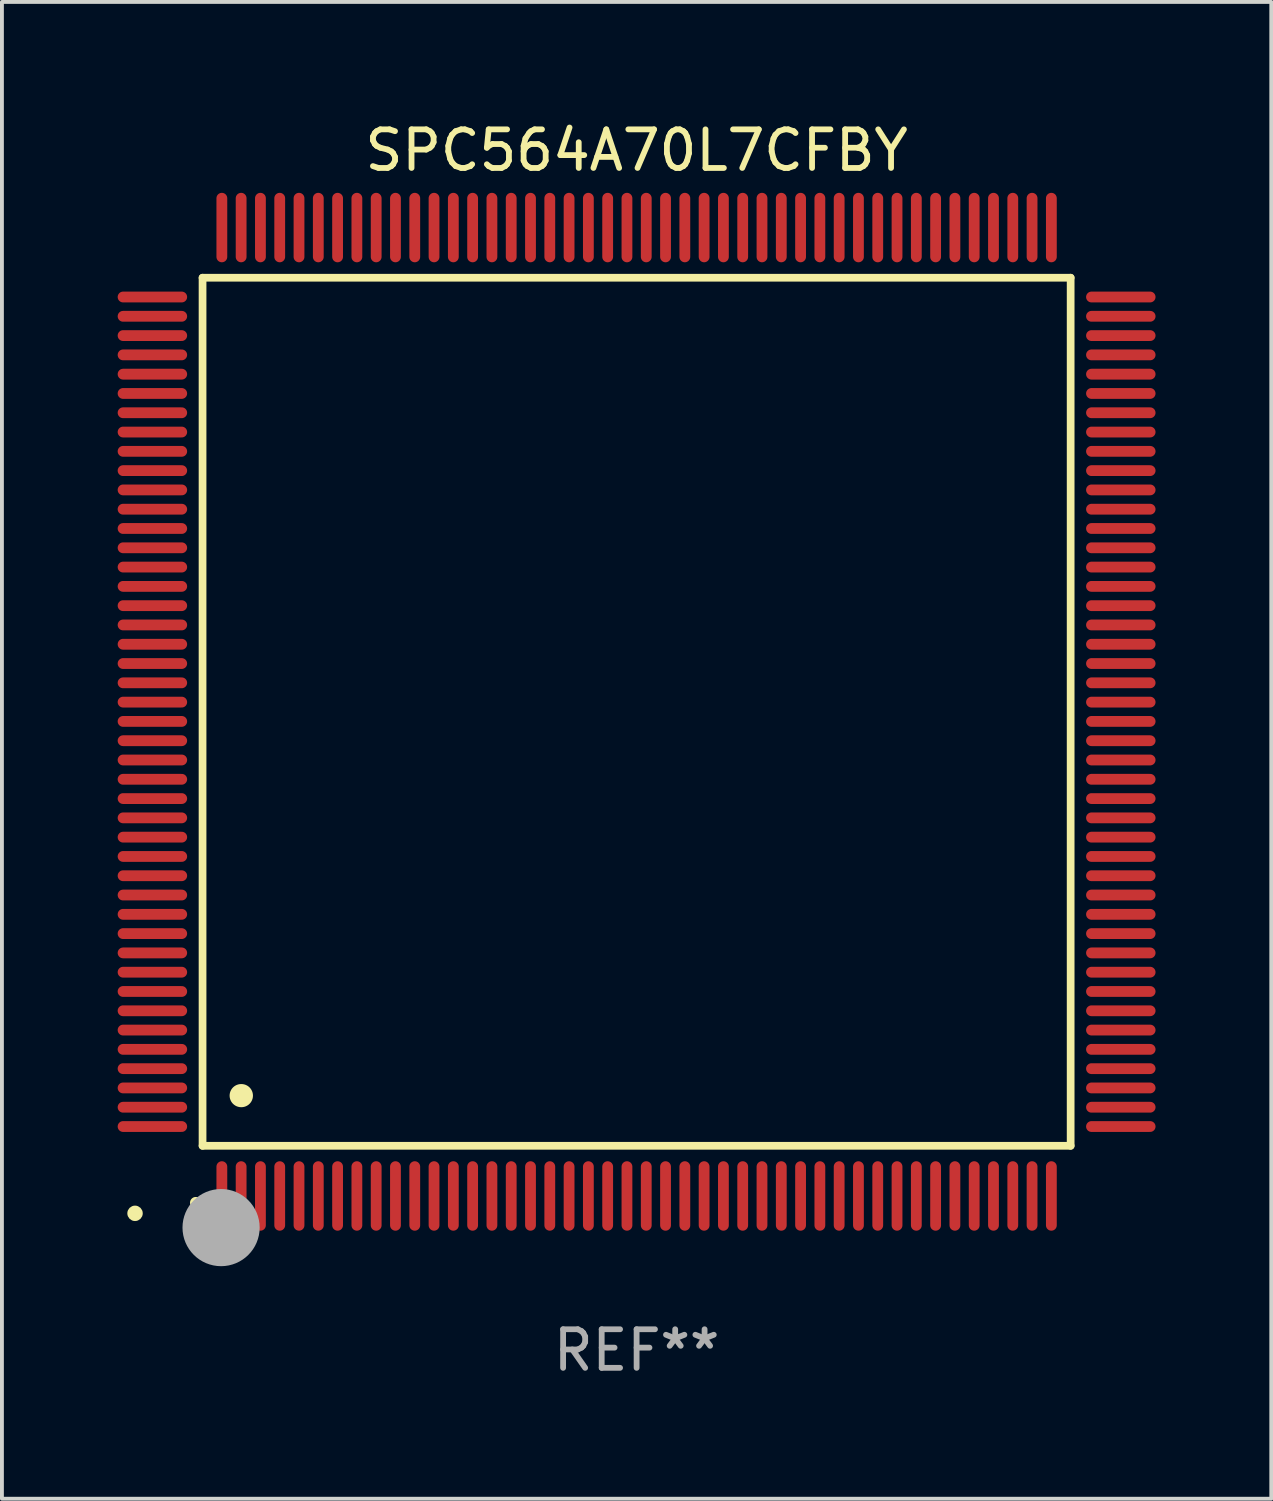
<source format=kicad_pcb>
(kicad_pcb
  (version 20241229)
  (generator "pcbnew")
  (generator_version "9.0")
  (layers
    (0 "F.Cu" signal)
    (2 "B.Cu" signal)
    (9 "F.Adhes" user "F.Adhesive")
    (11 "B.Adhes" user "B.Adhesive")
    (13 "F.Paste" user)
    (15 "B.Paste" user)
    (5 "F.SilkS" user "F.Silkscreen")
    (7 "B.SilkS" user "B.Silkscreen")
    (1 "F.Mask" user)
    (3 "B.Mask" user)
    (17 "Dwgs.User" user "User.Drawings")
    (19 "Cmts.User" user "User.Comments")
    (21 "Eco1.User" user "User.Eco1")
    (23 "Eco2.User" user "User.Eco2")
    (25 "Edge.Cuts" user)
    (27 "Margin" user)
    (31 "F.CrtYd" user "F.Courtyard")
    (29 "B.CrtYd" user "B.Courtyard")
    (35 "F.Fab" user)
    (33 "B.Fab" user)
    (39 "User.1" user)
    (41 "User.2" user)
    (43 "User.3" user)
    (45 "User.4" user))
  (footprint "SPC564A70L7CFBY"
    (layer "F.Cu")
    (at 13.45 15.398)
    (property "Reference" "SPC564A70L7CFBY" (at 0 -14.55 0) (layer "F.SilkS") (effects (font (size 1 1) (thickness 0.15))))
    (attr through_hole)
    (fp_line (start -11.25 -11.25) (end 11.25 -11.25) (stroke (width 0.2) (type solid)) (layer "F.SilkS"))
    (fp_line (start -11.25 11.25) (end -11.25 -11.25) (stroke (width 0.2) (type solid)) (layer "F.SilkS"))
    (fp_line (start 11.25 -11.25) (end 11.25 11.25) (stroke (width 0.2) (type solid)) (layer "F.SilkS"))
    (fp_line (start 11.25 11.25) (end -11.25 11.25) (stroke (width 0.2) (type solid)) (layer "F.SilkS"))
    (fp_arc (start -11.424943 12.725425) (mid -11.423673 12.72542) (end -11.422403 12.725425) (stroke (width 0.3) (type solid)) (layer "F.SilkS"))
    (fp_arc (start -10.24892 9.9492) (mid -10.24638 9.949189) (end -10.24384 9.9492) (stroke (width 0.6) (type solid)) (layer "F.SilkS"))
    (fp_circle (center -13 13) (end -12.9 13) (stroke (width 0.2) (type solid)) (fill no) (layer "F.SilkS"))
    (fp_circle (center -10.77 13.37) (end -10.27 13.37) (stroke (width 1) (type solid)) (fill no) (layer "F.Fab"))
    (fp_text user "REF**" (at 0 16.55 0) (layer "F.Fab") (effects (font (size 1 1) (thickness 0.15))))
    (pad "1" smd oval (at -10.75 12.55) (size 0.28 1.8) (layers "F.Cu" "F.Mask" "F.Paste"))
    (pad "2" smd oval (at -10.25 12.55) (size 0.28 1.8) (layers "F.Cu" "F.Mask" "F.Paste"))
    (pad "3" smd oval (at -9.75 12.55) (size 0.28 1.8) (layers "F.Cu" "F.Mask" "F.Paste"))
    (pad "4" smd oval (at -9.25 12.55) (size 0.28 1.8) (layers "F.Cu" "F.Mask" "F.Paste"))
    (pad "5" smd oval (at -8.75 12.55) (size 0.28 1.8) (layers "F.Cu" "F.Mask" "F.Paste"))
    (pad "6" smd oval (at -8.25 12.55) (size 0.28 1.8) (layers "F.Cu" "F.Mask" "F.Paste"))
    (pad "7" smd oval (at -7.75 12.55) (size 0.28 1.8) (layers "F.Cu" "F.Mask" "F.Paste"))
    (pad "8" smd oval (at -7.25 12.55) (size 0.28 1.8) (layers "F.Cu" "F.Mask" "F.Paste"))
    (pad "9" smd oval (at -6.75 12.55) (size 0.28 1.8) (layers "F.Cu" "F.Mask" "F.Paste"))
    (pad "10" smd oval (at -6.25 12.55) (size 0.28 1.8) (layers "F.Cu" "F.Mask" "F.Paste"))
    (pad "11" smd oval (at -5.75 12.55) (size 0.28 1.8) (layers "F.Cu" "F.Mask" "F.Paste"))
    (pad "12" smd oval (at -5.25 12.55) (size 0.28 1.8) (layers "F.Cu" "F.Mask" "F.Paste"))
    (pad "13" smd oval (at -4.75 12.55) (size 0.28 1.8) (layers "F.Cu" "F.Mask" "F.Paste"))
    (pad "14" smd oval (at -4.25 12.55) (size 0.28 1.8) (layers "F.Cu" "F.Mask" "F.Paste"))
    (pad "15" smd oval (at -3.75 12.55) (size 0.28 1.8) (layers "F.Cu" "F.Mask" "F.Paste"))
    (pad "16" smd oval (at -3.25 12.55) (size 0.28 1.8) (layers "F.Cu" "F.Mask" "F.Paste"))
    (pad "17" smd oval (at -2.75 12.55) (size 0.28 1.8) (layers "F.Cu" "F.Mask" "F.Paste"))
    (pad "18" smd oval (at -2.25 12.55) (size 0.28 1.8) (layers "F.Cu" "F.Mask" "F.Paste"))
    (pad "19" smd oval (at -1.75 12.55) (size 0.28 1.8) (layers "F.Cu" "F.Mask" "F.Paste"))
    (pad "20" smd oval (at -1.25 12.55) (size 0.28 1.8) (layers "F.Cu" "F.Mask" "F.Paste"))
    (pad "21" smd oval (at -0.75 12.55) (size 0.28 1.8) (layers "F.Cu" "F.Mask" "F.Paste"))
    (pad "22" smd oval (at -0.25 12.55) (size 0.28 1.8) (layers "F.Cu" "F.Mask" "F.Paste"))
    (pad "23" smd oval (at 0.25 12.55) (size 0.28 1.8) (layers "F.Cu" "F.Mask" "F.Paste"))
    (pad "24" smd oval (at 0.75 12.55) (size 0.28 1.8) (layers "F.Cu" "F.Mask" "F.Paste"))
    (pad "25" smd oval (at 1.25 12.55) (size 0.28 1.8) (layers "F.Cu" "F.Mask" "F.Paste"))
    (pad "26" smd oval (at 1.75 12.55) (size 0.28 1.8) (layers "F.Cu" "F.Mask" "F.Paste"))
    (pad "27" smd oval (at 2.25 12.55) (size 0.28 1.8) (layers "F.Cu" "F.Mask" "F.Paste"))
    (pad "28" smd oval (at 2.75 12.55) (size 0.28 1.8) (layers "F.Cu" "F.Mask" "F.Paste"))
    (pad "29" smd oval (at 3.25 12.55) (size 0.28 1.8) (layers "F.Cu" "F.Mask" "F.Paste"))
    (pad "30" smd oval (at 3.75 12.55) (size 0.28 1.8) (layers "F.Cu" "F.Mask" "F.Paste"))
    (pad "31" smd oval (at 4.25 12.55) (size 0.28 1.8) (layers "F.Cu" "F.Mask" "F.Paste"))
    (pad "32" smd oval (at 4.75 12.55) (size 0.28 1.8) (layers "F.Cu" "F.Mask" "F.Paste"))
    (pad "33" smd oval (at 5.25 12.55) (size 0.28 1.8) (layers "F.Cu" "F.Mask" "F.Paste"))
    (pad "34" smd oval (at 5.75 12.55) (size 0.28 1.8) (layers "F.Cu" "F.Mask" "F.Paste"))
    (pad "35" smd oval (at 6.25 12.55) (size 0.28 1.8) (layers "F.Cu" "F.Mask" "F.Paste"))
    (pad "36" smd oval (at 6.75 12.55) (size 0.28 1.8) (layers "F.Cu" "F.Mask" "F.Paste"))
    (pad "37" smd oval (at 7.25 12.55) (size 0.28 1.8) (layers "F.Cu" "F.Mask" "F.Paste"))
    (pad "38" smd oval (at 7.75 12.55) (size 0.28 1.8) (layers "F.Cu" "F.Mask" "F.Paste"))
    (pad "39" smd oval (at 8.25 12.55) (size 0.28 1.8) (layers "F.Cu" "F.Mask" "F.Paste"))
    (pad "40" smd oval (at 8.75 12.55) (size 0.28 1.8) (layers "F.Cu" "F.Mask" "F.Paste"))
    (pad "41" smd oval (at 9.25 12.55) (size 0.28 1.8) (layers "F.Cu" "F.Mask" "F.Paste"))
    (pad "42" smd oval (at 9.75 12.55) (size 0.28 1.8) (layers "F.Cu" "F.Mask" "F.Paste"))
    (pad "43" smd oval (at 10.25 12.55) (size 0.28 1.8) (layers "F.Cu" "F.Mask" "F.Paste"))
    (pad "44" smd oval (at 10.75 12.55) (size 0.28 1.8) (layers "F.Cu" "F.Mask" "F.Paste"))
    (pad "45" smd oval (at 12.55 10.75) (size 1.8 0.28) (layers "F.Cu" "F.Mask" "F.Paste"))
    (pad "46" smd oval (at 12.55 10.25) (size 1.8 0.28) (layers "F.Cu" "F.Mask" "F.Paste"))
    (pad "47" smd oval (at 12.55 9.75) (size 1.8 0.28) (layers "F.Cu" "F.Mask" "F.Paste"))
    (pad "48" smd oval (at 12.55 9.25) (size 1.8 0.28) (layers "F.Cu" "F.Mask" "F.Paste"))
    (pad "49" smd oval (at 12.55 8.75) (size 1.8 0.28) (layers "F.Cu" "F.Mask" "F.Paste"))
    (pad "50" smd oval (at 12.55 8.25) (size 1.8 0.28) (layers "F.Cu" "F.Mask" "F.Paste"))
    (pad "51" smd oval (at 12.55 7.75) (size 1.8 0.28) (layers "F.Cu" "F.Mask" "F.Paste"))
    (pad "52" smd oval (at 12.55 7.25) (size 1.8 0.28) (layers "F.Cu" "F.Mask" "F.Paste"))
    (pad "53" smd oval (at 12.55 6.75) (size 1.8 0.28) (layers "F.Cu" "F.Mask" "F.Paste"))
    (pad "54" smd oval (at 12.55 6.25) (size 1.8 0.28) (layers "F.Cu" "F.Mask" "F.Paste"))
    (pad "55" smd oval (at 12.55 5.75) (size 1.8 0.28) (layers "F.Cu" "F.Mask" "F.Paste"))
    (pad "56" smd oval (at 12.55 5.25) (size 1.8 0.28) (layers "F.Cu" "F.Mask" "F.Paste"))
    (pad "57" smd oval (at 12.55 4.75) (size 1.8 0.28) (layers "F.Cu" "F.Mask" "F.Paste"))
    (pad "58" smd oval (at 12.55 4.25) (size 1.8 0.28) (layers "F.Cu" "F.Mask" "F.Paste"))
    (pad "59" smd oval (at 12.55 3.75) (size 1.8 0.28) (layers "F.Cu" "F.Mask" "F.Paste"))
    (pad "60" smd oval (at 12.55 3.25) (size 1.8 0.28) (layers "F.Cu" "F.Mask" "F.Paste"))
    (pad "61" smd oval (at 12.55 2.75) (size 1.8 0.28) (layers "F.Cu" "F.Mask" "F.Paste"))
    (pad "62" smd oval (at 12.55 2.25) (size 1.8 0.28) (layers "F.Cu" "F.Mask" "F.Paste"))
    (pad "63" smd oval (at 12.55 1.75) (size 1.8 0.28) (layers "F.Cu" "F.Mask" "F.Paste"))
    (pad "64" smd oval (at 12.55 1.25) (size 1.8 0.28) (layers "F.Cu" "F.Mask" "F.Paste"))
    (pad "65" smd oval (at 12.55 0.75) (size 1.8 0.28) (layers "F.Cu" "F.Mask" "F.Paste"))
    (pad "66" smd oval (at 12.55 0.25) (size 1.8 0.28) (layers "F.Cu" "F.Mask" "F.Paste"))
    (pad "67" smd oval (at 12.55 -0.25) (size 1.8 0.28) (layers "F.Cu" "F.Mask" "F.Paste"))
    (pad "68" smd oval (at 12.55 -0.75) (size 1.8 0.28) (layers "F.Cu" "F.Mask" "F.Paste"))
    (pad "69" smd oval (at 12.55 -1.25) (size 1.8 0.28) (layers "F.Cu" "F.Mask" "F.Paste"))
    (pad "70" smd oval (at 12.55 -1.75) (size 1.8 0.28) (layers "F.Cu" "F.Mask" "F.Paste"))
    (pad "71" smd oval (at 12.55 -2.25) (size 1.8 0.28) (layers "F.Cu" "F.Mask" "F.Paste"))
    (pad "72" smd oval (at 12.55 -2.75) (size 1.8 0.28) (layers "F.Cu" "F.Mask" "F.Paste"))
    (pad "73" smd oval (at 12.55 -3.25) (size 1.8 0.28) (layers "F.Cu" "F.Mask" "F.Paste"))
    (pad "74" smd oval (at 12.55 -3.75) (size 1.8 0.28) (layers "F.Cu" "F.Mask" "F.Paste"))
    (pad "75" smd oval (at 12.55 -4.25) (size 1.8 0.28) (layers "F.Cu" "F.Mask" "F.Paste"))
    (pad "76" smd oval (at 12.55 -4.75) (size 1.8 0.28) (layers "F.Cu" "F.Mask" "F.Paste"))
    (pad "77" smd oval (at 12.55 -5.25) (size 1.8 0.28) (layers "F.Cu" "F.Mask" "F.Paste"))
    (pad "78" smd oval (at 12.55 -5.75) (size 1.8 0.28) (layers "F.Cu" "F.Mask" "F.Paste"))
    (pad "79" smd oval (at 12.55 -6.25) (size 1.8 0.28) (layers "F.Cu" "F.Mask" "F.Paste"))
    (pad "80" smd oval (at 12.55 -6.75) (size 1.8 0.28) (layers "F.Cu" "F.Mask" "F.Paste"))
    (pad "81" smd oval (at 12.55 -7.25) (size 1.8 0.28) (layers "F.Cu" "F.Mask" "F.Paste"))
    (pad "82" smd oval (at 12.55 -7.75) (size 1.8 0.28) (layers "F.Cu" "F.Mask" "F.Paste"))
    (pad "83" smd oval (at 12.55 -8.25) (size 1.8 0.28) (layers "F.Cu" "F.Mask" "F.Paste"))
    (pad "84" smd oval (at 12.55 -8.75) (size 1.8 0.28) (layers "F.Cu" "F.Mask" "F.Paste"))
    (pad "85" smd oval (at 12.55 -9.25) (size 1.8 0.28) (layers "F.Cu" "F.Mask" "F.Paste"))
    (pad "86" smd oval (at 12.55 -9.75) (size 1.8 0.28) (layers "F.Cu" "F.Mask" "F.Paste"))
    (pad "87" smd oval (at 12.55 -10.25) (size 1.8 0.28) (layers "F.Cu" "F.Mask" "F.Paste"))
    (pad "88" smd oval (at 12.55 -10.75) (size 1.8 0.28) (layers "F.Cu" "F.Mask" "F.Paste"))
    (pad "89" smd oval (at 10.75 -12.55) (size 0.28 1.8) (layers "F.Cu" "F.Mask" "F.Paste"))
    (pad "90" smd oval (at 10.25 -12.55) (size 0.28 1.8) (layers "F.Cu" "F.Mask" "F.Paste"))
    (pad "91" smd oval (at 9.75 -12.55) (size 0.28 1.8) (layers "F.Cu" "F.Mask" "F.Paste"))
    (pad "92" smd oval (at 9.25 -12.55) (size 0.28 1.8) (layers "F.Cu" "F.Mask" "F.Paste"))
    (pad "93" smd oval (at 8.75 -12.55) (size 0.28 1.8) (layers "F.Cu" "F.Mask" "F.Paste"))
    (pad "94" smd oval (at 8.25 -12.55) (size 0.28 1.8) (layers "F.Cu" "F.Mask" "F.Paste"))
    (pad "95" smd oval (at 7.75 -12.55) (size 0.28 1.8) (layers "F.Cu" "F.Mask" "F.Paste"))
    (pad "96" smd oval (at 7.25 -12.55) (size 0.28 1.8) (layers "F.Cu" "F.Mask" "F.Paste"))
    (pad "97" smd oval (at 6.75 -12.55) (size 0.28 1.8) (layers "F.Cu" "F.Mask" "F.Paste"))
    (pad "98" smd oval (at 6.25 -12.55) (size 0.28 1.8) (layers "F.Cu" "F.Mask" "F.Paste"))
    (pad "99" smd oval (at 5.75 -12.55) (size 0.28 1.8) (layers "F.Cu" "F.Mask" "F.Paste"))
    (pad "100" smd oval (at 5.25 -12.55) (size 0.28 1.8) (layers "F.Cu" "F.Mask" "F.Paste"))
    (pad "101" smd oval (at 4.75 -12.55) (size 0.28 1.8) (layers "F.Cu" "F.Mask" "F.Paste"))
    (pad "102" smd oval (at 4.25 -12.55) (size 0.28 1.8) (layers "F.Cu" "F.Mask" "F.Paste"))
    (pad "103" smd oval (at 3.75 -12.55) (size 0.28 1.8) (layers "F.Cu" "F.Mask" "F.Paste"))
    (pad "104" smd oval (at 3.25 -12.55) (size 0.28 1.8) (layers "F.Cu" "F.Mask" "F.Paste"))
    (pad "105" smd oval (at 2.75 -12.55) (size 0.28 1.8) (layers "F.Cu" "F.Mask" "F.Paste"))
    (pad "106" smd oval (at 2.25 -12.55) (size 0.28 1.8) (layers "F.Cu" "F.Mask" "F.Paste"))
    (pad "107" smd oval (at 1.75 -12.55) (size 0.28 1.8) (layers "F.Cu" "F.Mask" "F.Paste"))
    (pad "108" smd oval (at 1.25 -12.55) (size 0.28 1.8) (layers "F.Cu" "F.Mask" "F.Paste"))
    (pad "109" smd oval (at 0.75 -12.55) (size 0.28 1.8) (layers "F.Cu" "F.Mask" "F.Paste"))
    (pad "110" smd oval (at 0.25 -12.55) (size 0.28 1.8) (layers "F.Cu" "F.Mask" "F.Paste"))
    (pad "111" smd oval (at -0.25 -12.55) (size 0.28 1.8) (layers "F.Cu" "F.Mask" "F.Paste"))
    (pad "112" smd oval (at -0.75 -12.55) (size 0.28 1.8) (layers "F.Cu" "F.Mask" "F.Paste"))
    (pad "113" smd oval (at -1.25 -12.55) (size 0.28 1.8) (layers "F.Cu" "F.Mask" "F.Paste"))
    (pad "114" smd oval (at -1.75 -12.55) (size 0.28 1.8) (layers "F.Cu" "F.Mask" "F.Paste"))
    (pad "115" smd oval (at -2.25 -12.55) (size 0.28 1.8) (layers "F.Cu" "F.Mask" "F.Paste"))
    (pad "116" smd oval (at -2.75 -12.55) (size 0.28 1.8) (layers "F.Cu" "F.Mask" "F.Paste"))
    (pad "117" smd oval (at -3.25 -12.55) (size 0.28 1.8) (layers "F.Cu" "F.Mask" "F.Paste"))
    (pad "118" smd oval (at -3.75 -12.55) (size 0.28 1.8) (layers "F.Cu" "F.Mask" "F.Paste"))
    (pad "119" smd oval (at -4.25 -12.55) (size 0.28 1.8) (layers "F.Cu" "F.Mask" "F.Paste"))
    (pad "120" smd oval (at -4.75 -12.55) (size 0.28 1.8) (layers "F.Cu" "F.Mask" "F.Paste"))
    (pad "121" smd oval (at -5.25 -12.55) (size 0.28 1.8) (layers "F.Cu" "F.Mask" "F.Paste"))
    (pad "122" smd oval (at -5.75 -12.55) (size 0.28 1.8) (layers "F.Cu" "F.Mask" "F.Paste"))
    (pad "123" smd oval (at -6.25 -12.55) (size 0.28 1.8) (layers "F.Cu" "F.Mask" "F.Paste"))
    (pad "124" smd oval (at -6.75 -12.55) (size 0.28 1.8) (layers "F.Cu" "F.Mask" "F.Paste"))
    (pad "125" smd oval (at -7.25 -12.55) (size 0.28 1.8) (layers "F.Cu" "F.Mask" "F.Paste"))
    (pad "126" smd oval (at -7.75 -12.55) (size 0.28 1.8) (layers "F.Cu" "F.Mask" "F.Paste"))
    (pad "127" smd oval (at -8.25 -12.55) (size 0.28 1.8) (layers "F.Cu" "F.Mask" "F.Paste"))
    (pad "128" smd oval (at -8.75 -12.55) (size 0.28 1.8) (layers "F.Cu" "F.Mask" "F.Paste"))
    (pad "129" smd oval (at -9.25 -12.55) (size 0.28 1.8) (layers "F.Cu" "F.Mask" "F.Paste"))
    (pad "130" smd oval (at -9.75 -12.55) (size 0.28 1.8) (layers "F.Cu" "F.Mask" "F.Paste"))
    (pad "131" smd oval (at -10.25 -12.55) (size 0.28 1.8) (layers "F.Cu" "F.Mask" "F.Paste"))
    (pad "132" smd oval (at -10.75 -12.55) (size 0.28 1.8) (layers "F.Cu" "F.Mask" "F.Paste"))
    (pad "133" smd oval (at -12.55 -10.75) (size 1.8 0.28) (layers "F.Cu" "F.Mask" "F.Paste"))
    (pad "134" smd oval (at -12.55 -10.25) (size 1.8 0.28) (layers "F.Cu" "F.Mask" "F.Paste"))
    (pad "135" smd oval (at -12.55 -9.75) (size 1.8 0.28) (layers "F.Cu" "F.Mask" "F.Paste"))
    (pad "136" smd oval (at -12.55 -9.25) (size 1.8 0.28) (layers "F.Cu" "F.Mask" "F.Paste"))
    (pad "137" smd oval (at -12.55 -8.75) (size 1.8 0.28) (layers "F.Cu" "F.Mask" "F.Paste"))
    (pad "138" smd oval (at -12.55 -8.25) (size 1.8 0.28) (layers "F.Cu" "F.Mask" "F.Paste"))
    (pad "139" smd oval (at -12.55 -7.75) (size 1.8 0.28) (layers "F.Cu" "F.Mask" "F.Paste"))
    (pad "140" smd oval (at -12.55 -7.25) (size 1.8 0.28) (layers "F.Cu" "F.Mask" "F.Paste"))
    (pad "141" smd oval (at -12.55 -6.75) (size 1.8 0.28) (layers "F.Cu" "F.Mask" "F.Paste"))
    (pad "142" smd oval (at -12.55 -6.25) (size 1.8 0.28) (layers "F.Cu" "F.Mask" "F.Paste"))
    (pad "143" smd oval (at -12.55 -5.75) (size 1.8 0.28) (layers "F.Cu" "F.Mask" "F.Paste"))
    (pad "144" smd oval (at -12.55 -5.25) (size 1.8 0.28) (layers "F.Cu" "F.Mask" "F.Paste"))
    (pad "145" smd oval (at -12.55 -4.75) (size 1.8 0.28) (layers "F.Cu" "F.Mask" "F.Paste"))
    (pad "146" smd oval (at -12.55 -4.25) (size 1.8 0.28) (layers "F.Cu" "F.Mask" "F.Paste"))
    (pad "147" smd oval (at -12.55 -3.75) (size 1.8 0.28) (layers "F.Cu" "F.Mask" "F.Paste"))
    (pad "148" smd oval (at -12.55 -3.25) (size 1.8 0.28) (layers "F.Cu" "F.Mask" "F.Paste"))
    (pad "149" smd oval (at -12.55 -2.75) (size 1.8 0.28) (layers "F.Cu" "F.Mask" "F.Paste"))
    (pad "150" smd oval (at -12.55 -2.25) (size 1.8 0.28) (layers "F.Cu" "F.Mask" "F.Paste"))
    (pad "151" smd oval (at -12.55 -1.75) (size 1.8 0.28) (layers "F.Cu" "F.Mask" "F.Paste"))
    (pad "152" smd oval (at -12.55 -1.25) (size 1.8 0.28) (layers "F.Cu" "F.Mask" "F.Paste"))
    (pad "153" smd oval (at -12.55 -0.75) (size 1.8 0.28) (layers "F.Cu" "F.Mask" "F.Paste"))
    (pad "154" smd oval (at -12.55 -0.25) (size 1.8 0.28) (layers "F.Cu" "F.Mask" "F.Paste"))
    (pad "155" smd oval (at -12.55 0.25) (size 1.8 0.28) (layers "F.Cu" "F.Mask" "F.Paste"))
    (pad "156" smd oval (at -12.55 0.75) (size 1.8 0.28) (layers "F.Cu" "F.Mask" "F.Paste"))
    (pad "157" smd oval (at -12.55 1.25) (size 1.8 0.28) (layers "F.Cu" "F.Mask" "F.Paste"))
    (pad "158" smd oval (at -12.55 1.75) (size 1.8 0.28) (layers "F.Cu" "F.Mask" "F.Paste"))
    (pad "159" smd oval (at -12.55 2.25) (size 1.8 0.28) (layers "F.Cu" "F.Mask" "F.Paste"))
    (pad "160" smd oval (at -12.55 2.75) (size 1.8 0.28) (layers "F.Cu" "F.Mask" "F.Paste"))
    (pad "161" smd oval (at -12.55 3.25) (size 1.8 0.28) (layers "F.Cu" "F.Mask" "F.Paste"))
    (pad "162" smd oval (at -12.55 3.75) (size 1.8 0.28) (layers "F.Cu" "F.Mask" "F.Paste"))
    (pad "163" smd oval (at -12.55 4.25) (size 1.8 0.28) (layers "F.Cu" "F.Mask" "F.Paste"))
    (pad "164" smd oval (at -12.55 4.75) (size 1.8 0.28) (layers "F.Cu" "F.Mask" "F.Paste"))
    (pad "165" smd oval (at -12.55 5.25) (size 1.8 0.28) (layers "F.Cu" "F.Mask" "F.Paste"))
    (pad "166" smd oval (at -12.55 5.75) (size 1.8 0.28) (layers "F.Cu" "F.Mask" "F.Paste"))
    (pad "167" smd oval (at -12.55 6.25) (size 1.8 0.28) (layers "F.Cu" "F.Mask" "F.Paste"))
    (pad "168" smd oval (at -12.55 6.75) (size 1.8 0.28) (layers "F.Cu" "F.Mask" "F.Paste"))
    (pad "169" smd oval (at -12.55 7.25) (size 1.8 0.28) (layers "F.Cu" "F.Mask" "F.Paste"))
    (pad "170" smd oval (at -12.55 7.75) (size 1.8 0.28) (layers "F.Cu" "F.Mask" "F.Paste"))
    (pad "171" smd oval (at -12.55 8.25) (size 1.8 0.28) (layers "F.Cu" "F.Mask" "F.Paste"))
    (pad "172" smd oval (at -12.55 8.75) (size 1.8 0.28) (layers "F.Cu" "F.Mask" "F.Paste"))
    (pad "173" smd oval (at -12.55 9.25) (size 1.8 0.28) (layers "F.Cu" "F.Mask" "F.Paste"))
    (pad "174" smd oval (at -12.55 9.75) (size 1.8 0.28) (layers "F.Cu" "F.Mask" "F.Paste"))
    (pad "175" smd oval (at -12.55 10.25) (size 1.8 0.28) (layers "F.Cu" "F.Mask" "F.Paste"))
    (pad "176" smd oval (at -12.55 10.75) (size 1.8 0.28) (layers "F.Cu" "F.Mask" "F.Paste")))
  (gr_rect
    (start -3 -3)
    (end 29.9 35.796)
    (stroke (width 0.1) (type default))
    (fill no)
    (layer "Edge.Cuts")))
</source>
